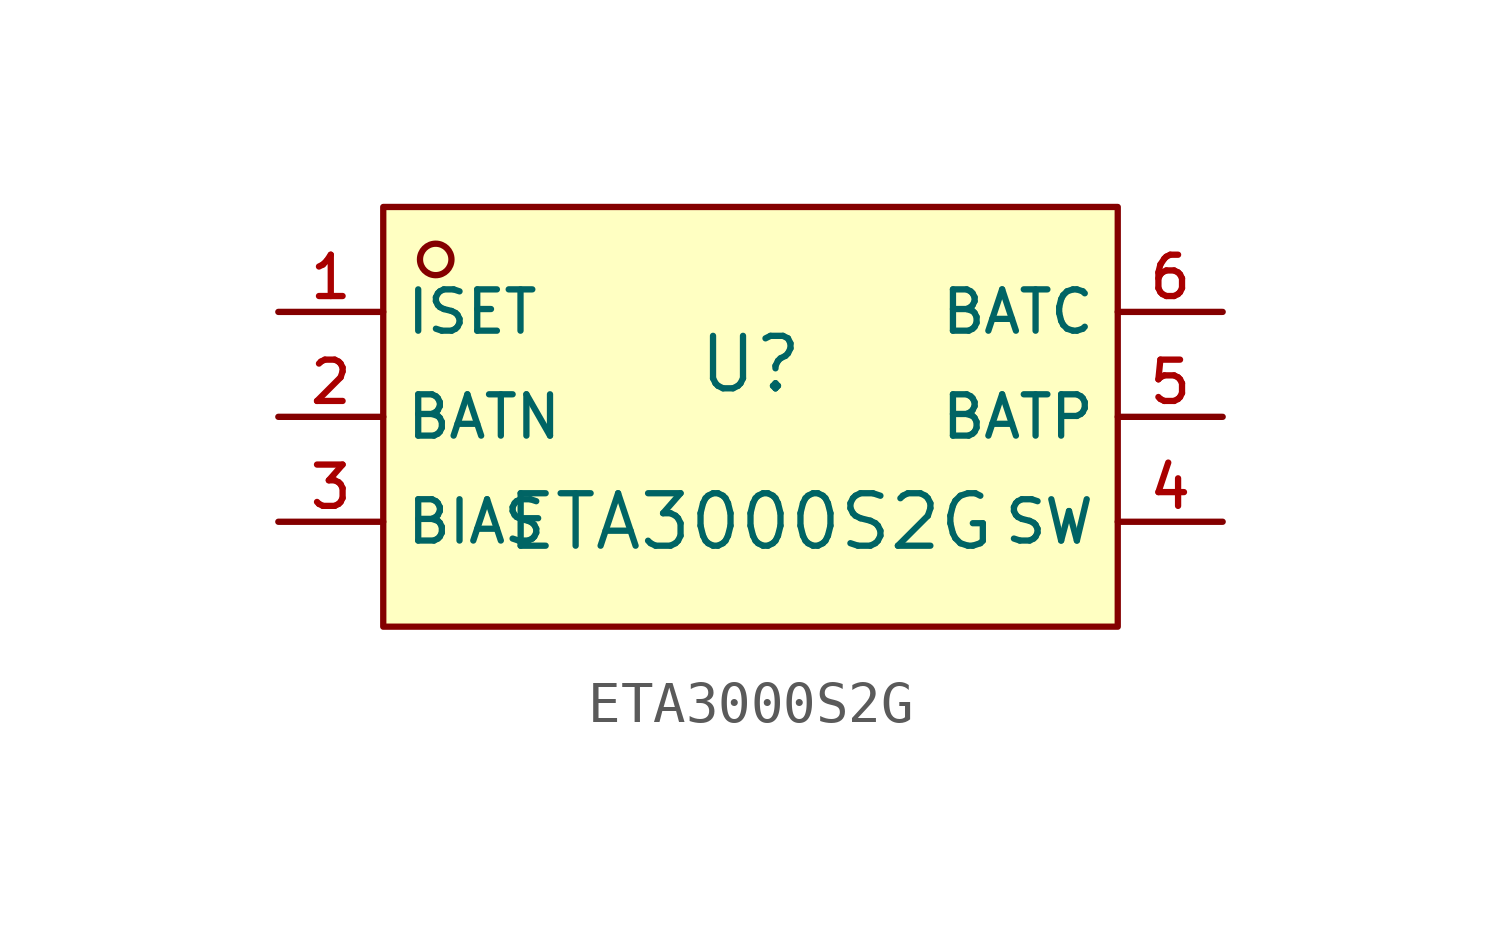
<source format=kicad_sym>
(kicad_symbol_lib
  (version 20210201)
  (generator TousstNicolas/JLC2KiCad_lib)
  (symbol "ETA3000S2G"
    (property "Reference" "U"
      (at 0 1.27 0)
      (effects (font (size 1.27 1.27))))
    (property "Value" "ETA3000S2G"
      (at 0 -2.54 0)
      (effects (font (size 1.27 1.27))))
    (symbol "ETA3000S2G_0_1"
      (rectangle (start -8.89 5.08) (end 8.89 -5.08) (stroke (width 0) (type default) (color 0 0 0 0)) (fill (type background)))
      (circle (center -7.62 3.81) (radius 0.381) (stroke (width 0) (type default) (color 0 0 0 0)) (fill (type background)))
      (pin unspecified line (at -11.43 2.54 0) (length 2.54) (name "ISET" (effects (font (size 1 1)))) (number "1" (effects (font (size 1 1)))))
      (pin unspecified line (at -11.43 -0.0 0) (length 2.54) (name "BATN" (effects (font (size 1 1)))) (number "2" (effects (font (size 1 1)))))
      (pin unspecified line (at -11.43 -2.54 0) (length 2.54) (name "BIAS" (effects (font (size 1 1)))) (number "3" (effects (font (size 1 1)))))
      (pin unspecified line (at 11.43 -2.54 180) (length 2.54) (name "SW" (effects (font (size 1 1)))) (number "4" (effects (font (size 1 1)))))
      (pin unspecified line (at 11.43 -0.0 180) (length 2.54) (name "BATP" (effects (font (size 1 1)))) (number "5" (effects (font (size 1 1)))))
      (pin unspecified line (at 11.43 2.54 180) (length 2.54) (name "BATC" (effects (font (size 1 1)))) (number "6" (effects (font (size 1 1))))))))
</source>
